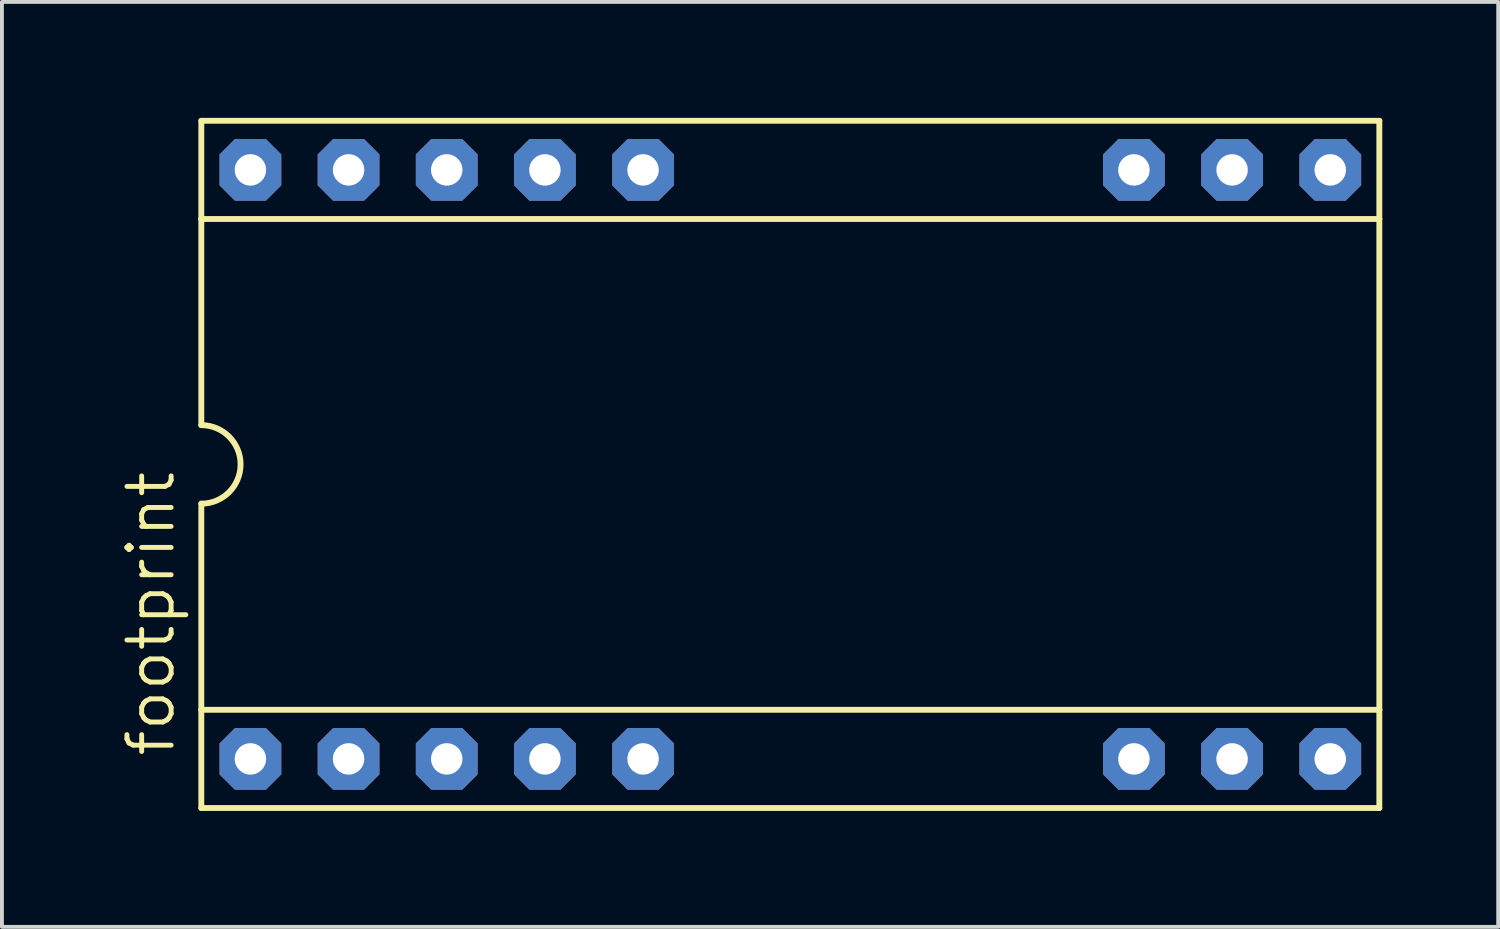
<source format=kicad_pcb>
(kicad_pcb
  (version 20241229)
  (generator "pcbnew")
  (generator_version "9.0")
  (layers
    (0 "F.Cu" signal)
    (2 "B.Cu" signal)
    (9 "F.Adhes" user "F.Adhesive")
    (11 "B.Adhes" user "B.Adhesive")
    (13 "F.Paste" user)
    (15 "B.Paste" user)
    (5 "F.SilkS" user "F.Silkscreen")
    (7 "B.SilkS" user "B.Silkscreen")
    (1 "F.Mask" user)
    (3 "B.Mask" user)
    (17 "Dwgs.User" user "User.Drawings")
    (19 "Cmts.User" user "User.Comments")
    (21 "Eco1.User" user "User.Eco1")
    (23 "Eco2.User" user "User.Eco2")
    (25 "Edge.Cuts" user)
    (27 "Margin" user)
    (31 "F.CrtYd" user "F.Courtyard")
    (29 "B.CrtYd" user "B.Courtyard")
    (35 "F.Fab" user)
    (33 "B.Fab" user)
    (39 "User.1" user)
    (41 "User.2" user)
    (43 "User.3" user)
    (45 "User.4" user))
  (footprint "footprint"
    (layer "F.Cu")
    (at 17.399 8.966)
    (property "Reference" "footprint" (at -15.875 7.62 90) (layer "F.SilkS") (effects (font (size 1.143 1.143) (thickness 0.127)) (justify left bottom)))
    (fp_line (start -15.24 -8.89) (end -15.24 -6.35) (stroke (width 0.152) (type solid)) (layer "F.SilkS"))
    (fp_line (start -15.24 -6.35) (end -15.24 -1.016) (stroke (width 0.152) (type solid)) (layer "F.SilkS"))
    (fp_line (start -15.24 6.35) (end -15.24 1.016) (stroke (width 0.152) (type solid)) (layer "F.SilkS"))
    (fp_line (start -15.24 6.35) (end 15.24 6.35) (stroke (width 0.152) (type solid)) (layer "F.SilkS"))
    (fp_line (start -15.24 8.89) (end -15.24 6.35) (stroke (width 0.152) (type solid)) (layer "F.SilkS"))
    (fp_line (start -15.24 8.89) (end 15.24 8.89) (stroke (width 0.152) (type solid)) (layer "F.SilkS"))
    (fp_line (start 15.24 -8.89) (end -15.24 -8.89) (stroke (width 0.152) (type solid)) (layer "F.SilkS"))
    (fp_line (start 15.24 -8.89) (end 15.24 -6.35) (stroke (width 0.152) (type solid)) (layer "F.SilkS"))
    (fp_line (start 15.24 -6.35) (end -15.24 -6.35) (stroke (width 0.152) (type solid)) (layer "F.SilkS"))
    (fp_line (start 15.24 -6.35) (end 15.24 6.35) (stroke (width 0.152) (type solid)) (layer "F.SilkS"))
    (fp_line (start 15.24 6.35) (end 15.24 8.89) (stroke (width 0.152) (type solid)) (layer "F.SilkS"))
    (fp_arc (start -15.24 -1.016) (mid -14.224 0) (end -15.24 1.016) (stroke (width 0.1524) (type solid)) (layer "F.SilkS"))
    (pad "1" thru_hole roundrect (at -13.97 7.62) (size 1.6 1.6) (drill 0.813) (layers "*.Cu" "*.Mask") (roundrect_rratio 0.25) (chamfer_ratio 0.25) (chamfer top_left top_right bottom_left bottom_right))
    (pad "2" thru_hole roundrect (at -11.43 7.62) (size 1.6 1.6) (drill 0.813) (layers "*.Cu" "*.Mask") (roundrect_rratio 0.25) (chamfer_ratio 0.25) (chamfer top_left top_right bottom_left bottom_right))
    (pad "3" thru_hole roundrect (at -8.89 7.62) (size 1.6 1.6) (drill 0.813) (layers "*.Cu" "*.Mask") (roundrect_rratio 0.25) (chamfer_ratio 0.25) (chamfer top_left top_right bottom_left bottom_right))
    (pad "4" thru_hole roundrect (at -6.35 7.62) (size 1.6 1.6) (drill 0.813) (layers "*.Cu" "*.Mask") (roundrect_rratio 0.25) (chamfer_ratio 0.25) (chamfer top_left top_right bottom_left bottom_right))
    (pad "5" thru_hole roundrect (at -3.81 7.62) (size 1.6 1.6) (drill 0.813) (layers "*.Cu" "*.Mask") (roundrect_rratio 0.25) (chamfer_ratio 0.25) (chamfer top_left top_right bottom_left bottom_right))
    (pad "10" thru_hole roundrect (at 8.89 7.62) (size 1.6 1.6) (drill 0.813) (layers "*.Cu" "*.Mask") (roundrect_rratio 0.25) (chamfer_ratio 0.25) (chamfer top_left top_right bottom_left bottom_right))
    (pad "11" thru_hole roundrect (at 11.43 7.62) (size 1.6 1.6) (drill 0.813) (layers "*.Cu" "*.Mask") (roundrect_rratio 0.25) (chamfer_ratio 0.25) (chamfer top_left top_right bottom_left bottom_right))
    (pad "12" thru_hole roundrect (at 13.97 7.62) (size 1.6 1.6) (drill 0.813) (layers "*.Cu" "*.Mask") (roundrect_rratio 0.25) (chamfer_ratio 0.25) (chamfer top_left top_right bottom_left bottom_right))
    (pad "13" thru_hole roundrect (at 13.97 -7.62) (size 1.6 1.6) (drill 0.813) (layers "*.Cu" "*.Mask") (roundrect_rratio 0.25) (chamfer_ratio 0.25) (chamfer top_left top_right bottom_left bottom_right))
    (pad "14" thru_hole roundrect (at 11.43 -7.62) (size 1.6 1.6) (drill 0.813) (layers "*.Cu" "*.Mask") (roundrect_rratio 0.25) (chamfer_ratio 0.25) (chamfer top_left top_right bottom_left bottom_right))
    (pad "15" thru_hole roundrect (at 8.89 -7.62) (size 1.6 1.6) (drill 0.813) (layers "*.Cu" "*.Mask") (roundrect_rratio 0.25) (chamfer_ratio 0.25) (chamfer top_left top_right bottom_left bottom_right))
    (pad "20" thru_hole roundrect (at -3.81 -7.62) (size 1.6 1.6) (drill 0.813) (layers "*.Cu" "*.Mask") (roundrect_rratio 0.25) (chamfer_ratio 0.25) (chamfer top_left top_right bottom_left bottom_right))
    (pad "21" thru_hole roundrect (at -6.35 -7.62) (size 1.6 1.6) (drill 0.813) (layers "*.Cu" "*.Mask") (roundrect_rratio 0.25) (chamfer_ratio 0.25) (chamfer top_left top_right bottom_left bottom_right))
    (pad "22" thru_hole roundrect (at -8.89 -7.62) (size 1.6 1.6) (drill 0.813) (layers "*.Cu" "*.Mask") (roundrect_rratio 0.25) (chamfer_ratio 0.25) (chamfer top_left top_right bottom_left bottom_right))
    (pad "23" thru_hole roundrect (at -11.43 -7.62) (size 1.6 1.6) (drill 0.813) (layers "*.Cu" "*.Mask") (roundrect_rratio 0.25) (chamfer_ratio 0.25) (chamfer top_left top_right bottom_left bottom_right))
    (pad "24" thru_hole roundrect (at -13.97 -7.62) (size 1.6 1.6) (drill 0.813) (layers "*.Cu" "*.Mask") (roundrect_rratio 0.25) (chamfer_ratio 0.25) (chamfer top_left top_right bottom_left bottom_right)))
  (gr_rect
    (start -3 -3)
    (end 35.715 20.932)
    (stroke (width 0.1) (type default))
    (fill no)
    (layer "Edge.Cuts")))
</source>
